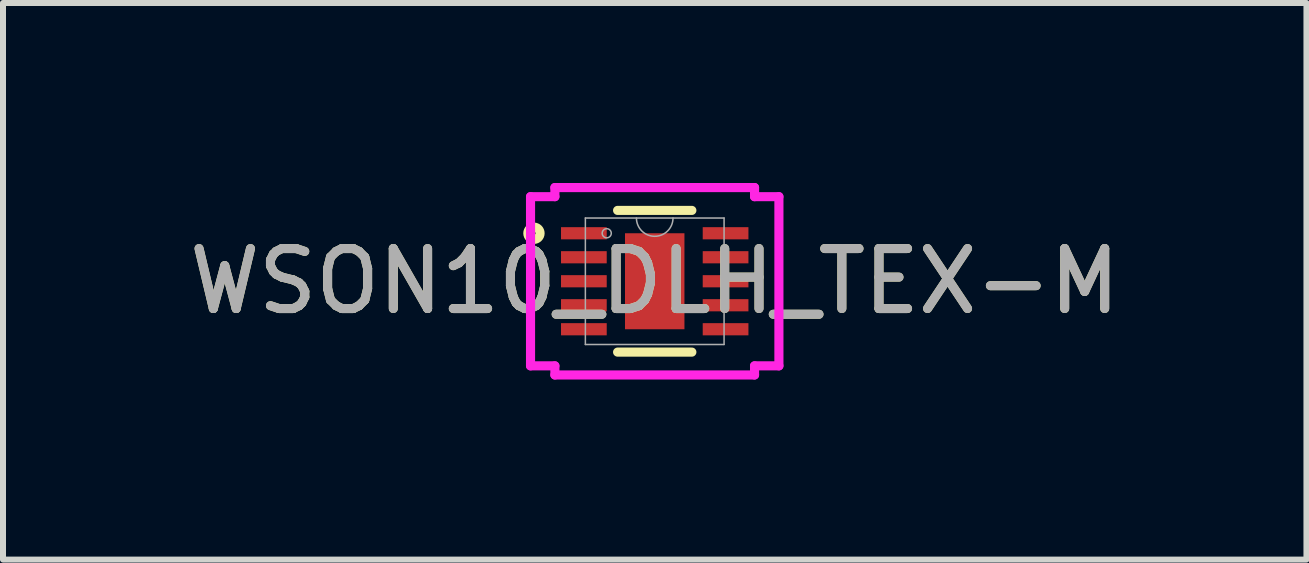
<source format=kicad_pcb>
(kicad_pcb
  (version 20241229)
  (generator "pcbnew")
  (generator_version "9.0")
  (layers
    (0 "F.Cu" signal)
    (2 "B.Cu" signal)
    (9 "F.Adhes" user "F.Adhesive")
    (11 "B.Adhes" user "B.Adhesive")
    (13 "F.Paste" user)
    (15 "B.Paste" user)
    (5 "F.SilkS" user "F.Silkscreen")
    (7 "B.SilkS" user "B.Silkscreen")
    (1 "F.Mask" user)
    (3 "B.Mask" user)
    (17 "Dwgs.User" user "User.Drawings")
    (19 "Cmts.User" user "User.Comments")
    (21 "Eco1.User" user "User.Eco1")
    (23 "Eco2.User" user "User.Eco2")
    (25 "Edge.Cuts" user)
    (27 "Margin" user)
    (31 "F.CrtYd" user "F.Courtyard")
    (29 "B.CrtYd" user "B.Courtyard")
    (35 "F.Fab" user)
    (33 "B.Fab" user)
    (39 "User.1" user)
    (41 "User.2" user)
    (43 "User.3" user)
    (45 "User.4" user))
  (footprint "WSON10_DLH_TEX-M"
    (layer "F.Cu")
    (at 7.863 1.638)
    (property "Reference" "WSON10_DLH_TEX-M" (at 0 0 0) (unlocked yes) (layer "F.SilkS") (effects (font (size 1 1) (thickness 0.15))))
    (attr smd)
    (fp_line (start -0.619 1.181) (end 0.619 1.181) (stroke (width 0.152) (type solid)) (layer "F.SilkS"))
    (fp_line (start 0.619 -1.181) (end -0.619 -1.181) (stroke (width 0.152) (type solid)) (layer "F.SilkS"))
    (fp_circle (center -2.013 -0.8) (end -1.911 -0.8) (stroke (width 0.152) (type solid)) (fill no) (layer "F.SilkS"))
    (fp_line (start -2.07 -1.41) (end -1.664 -1.41) (stroke (width 0.152) (type solid)) (layer "F.CrtYd"))
    (fp_line (start -2.07 1.41) (end -2.07 -1.41) (stroke (width 0.152) (type solid)) (layer "F.CrtYd"))
    (fp_line (start -2.07 1.41) (end -1.664 1.41) (stroke (width 0.152) (type solid)) (layer "F.CrtYd"))
    (fp_line (start -1.664 -1.562) (end 1.664 -1.562) (stroke (width 0.152) (type solid)) (layer "F.CrtYd"))
    (fp_line (start -1.664 -1.41) (end -1.664 -1.562) (stroke (width 0.152) (type solid)) (layer "F.CrtYd"))
    (fp_line (start -1.664 1.562) (end -1.664 1.41) (stroke (width 0.152) (type solid)) (layer "F.CrtYd"))
    (fp_line (start 1.664 -1.562) (end 1.664 -1.41) (stroke (width 0.152) (type solid)) (layer "F.CrtYd"))
    (fp_line (start 1.664 1.41) (end 1.664 1.562) (stroke (width 0.152) (type solid)) (layer "F.CrtYd"))
    (fp_line (start 1.664 1.562) (end -1.664 1.562) (stroke (width 0.152) (type solid)) (layer "F.CrtYd"))
    (fp_line (start 2.07 -1.41) (end 1.664 -1.41) (stroke (width 0.152) (type solid)) (layer "F.CrtYd"))
    (fp_line (start 2.07 -1.41) (end 2.07 1.41) (stroke (width 0.152) (type solid)) (layer "F.CrtYd"))
    (fp_line (start 2.07 1.41) (end 1.664 1.41) (stroke (width 0.152) (type solid)) (layer "F.CrtYd"))
    (fp_line (start -1.156 -1.054) (end -1.156 1.054) (stroke (width 0.025) (type solid)) (layer "F.Fab"))
    (fp_line (start -1.156 1.054) (end 1.156 1.054) (stroke (width 0.025) (type solid)) (layer "F.Fab"))
    (fp_line (start 1.156 -1.054) (end -1.156 -1.054) (stroke (width 0.025) (type solid)) (layer "F.Fab"))
    (fp_line (start 1.156 1.054) (end 1.156 -1.054) (stroke (width 0.025) (type solid)) (layer "F.Fab"))
    (fp_arc (start 0.3048 -1.0541) (mid 0 -0.7493) (end -0.3048 -1.0541) (stroke (width 0.0254) (type solid)) (layer "F.Fab"))
    (fp_circle (center -0.8 -0.8) (end -0.724 -0.8) (stroke (width 0.025) (type solid)) (fill no) (layer "F.Fab"))
    (fp_text user "${REFERENCE}" (at 0 0 0) (unlocked yes) (layer "F.Fab") (effects (font (size 1 1) (thickness 0.15))))
    (pad "1" smd rect (at -1.181 -0.8) (size 0.762 0.203) (layers "F.Cu" "F.Mask" "F.Paste"))
    (pad "2" smd rect (at -1.181 -0.4) (size 0.762 0.203) (layers "F.Cu" "F.Mask" "F.Paste"))
    (pad "3" smd rect (at -1.181 0) (size 0.762 0.203) (layers "F.Cu" "F.Mask" "F.Paste"))
    (pad "4" smd rect (at -1.181 0.4) (size 0.762 0.203) (layers "F.Cu" "F.Mask" "F.Paste"))
    (pad "5" smd rect (at -1.181 0.8) (size 0.762 0.203) (layers "F.Cu" "F.Mask" "F.Paste"))
    (pad "6" smd rect (at 1.181 0.8) (size 0.762 0.203) (layers "F.Cu" "F.Mask" "F.Paste"))
    (pad "7" smd rect (at 1.181 0.4) (size 0.762 0.203) (layers "F.Cu" "F.Mask" "F.Paste"))
    (pad "8" smd rect (at 1.181 0) (size 0.762 0.203) (layers "F.Cu" "F.Mask" "F.Paste"))
    (pad "9" smd rect (at 1.181 -0.4) (size 0.762 0.203) (layers "F.Cu" "F.Mask" "F.Paste"))
    (pad "10" smd rect (at 1.181 -0.8) (size 0.762 0.203) (layers "F.Cu" "F.Mask" "F.Paste"))
    (pad "11" smd rect (at 0 0) (size 0.991 1.6) (layers "F.Cu" "F.Mask" "F.Paste")))
  (gr_rect
    (start -3 -3)
    (end 18.726 6.277)
    (stroke (width 0.1) (type default))
    (fill no)
    (layer "Edge.Cuts")))
</source>
